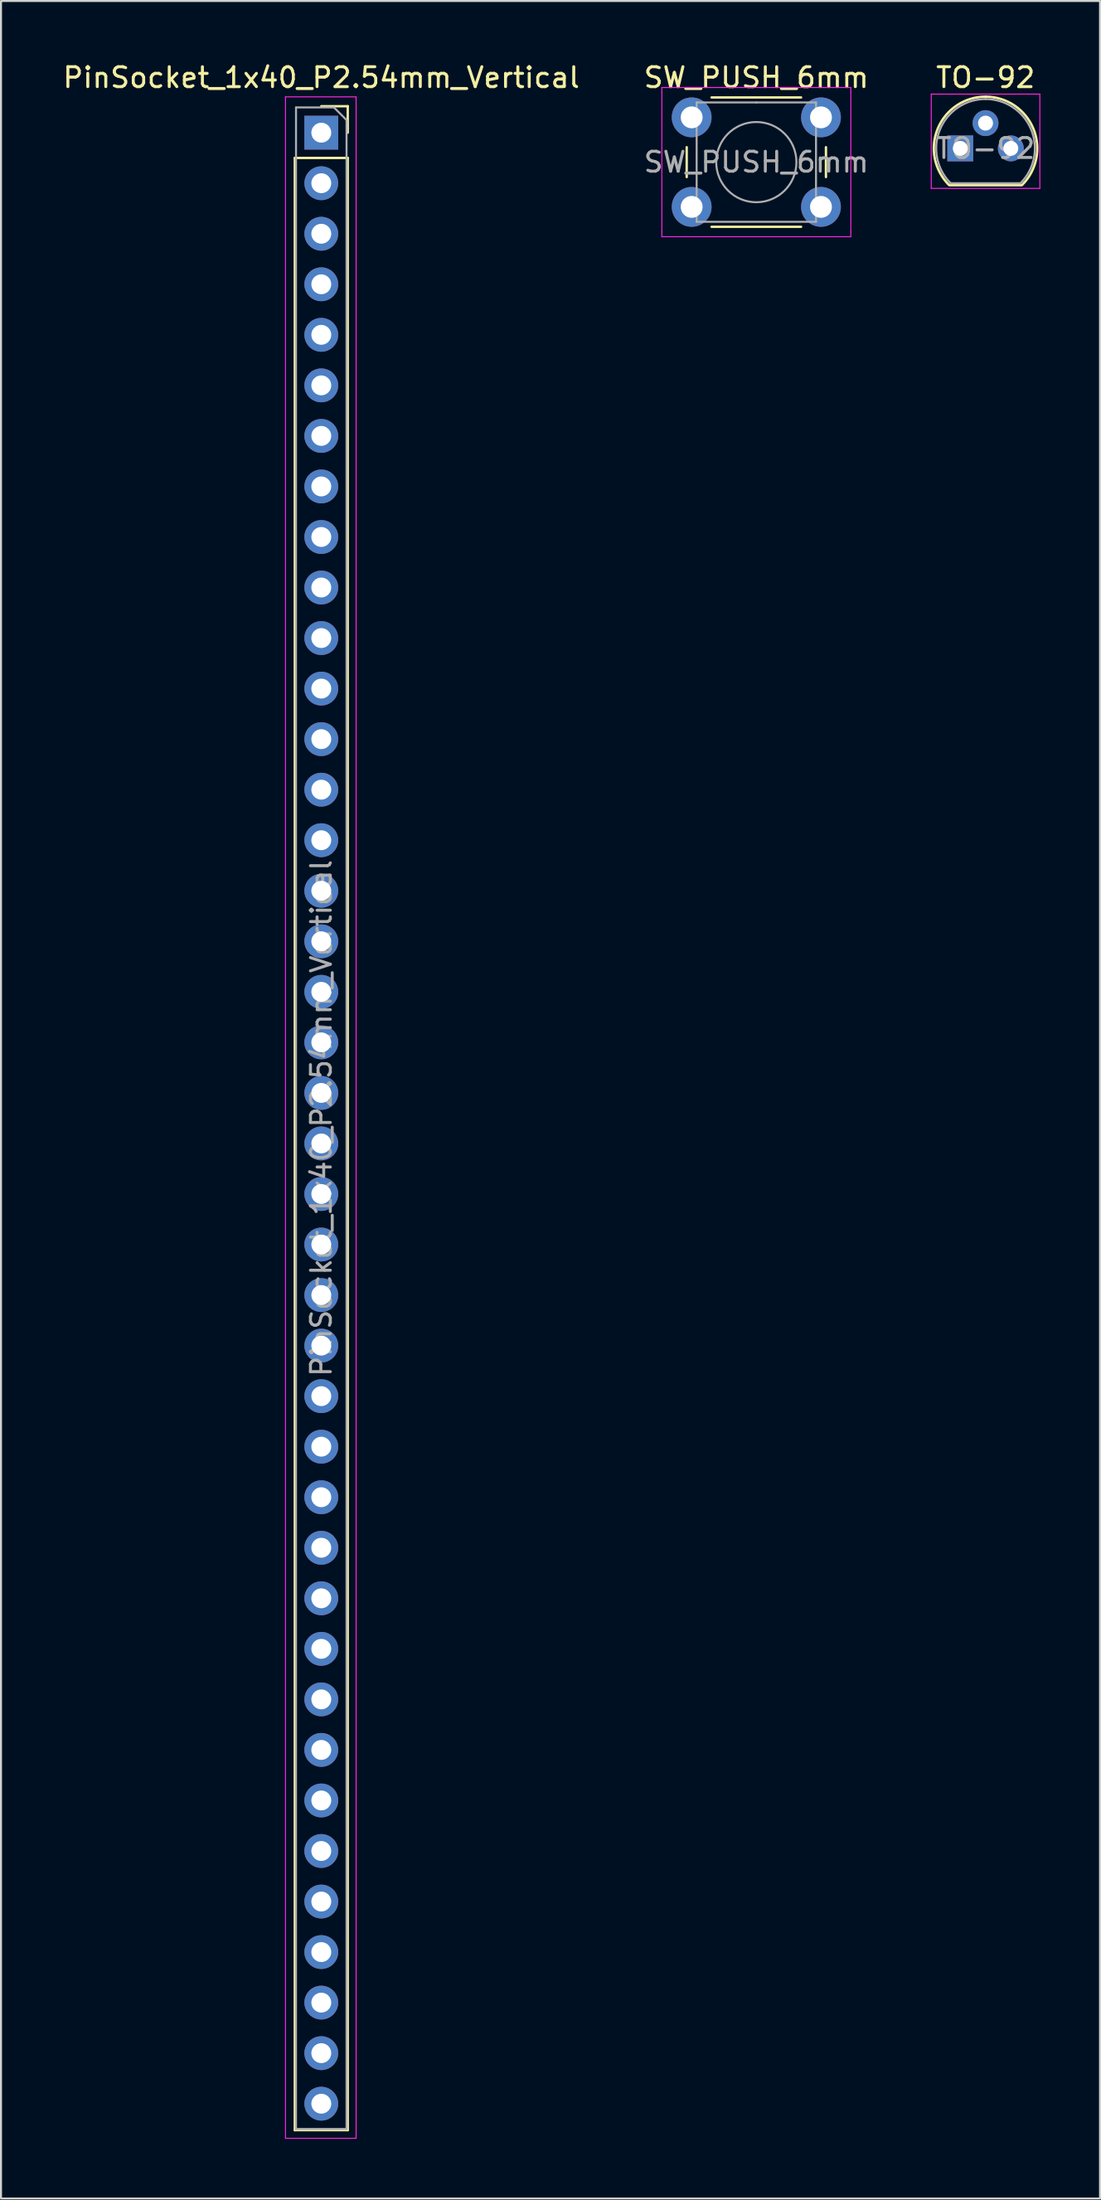
<source format=kicad_pcb>
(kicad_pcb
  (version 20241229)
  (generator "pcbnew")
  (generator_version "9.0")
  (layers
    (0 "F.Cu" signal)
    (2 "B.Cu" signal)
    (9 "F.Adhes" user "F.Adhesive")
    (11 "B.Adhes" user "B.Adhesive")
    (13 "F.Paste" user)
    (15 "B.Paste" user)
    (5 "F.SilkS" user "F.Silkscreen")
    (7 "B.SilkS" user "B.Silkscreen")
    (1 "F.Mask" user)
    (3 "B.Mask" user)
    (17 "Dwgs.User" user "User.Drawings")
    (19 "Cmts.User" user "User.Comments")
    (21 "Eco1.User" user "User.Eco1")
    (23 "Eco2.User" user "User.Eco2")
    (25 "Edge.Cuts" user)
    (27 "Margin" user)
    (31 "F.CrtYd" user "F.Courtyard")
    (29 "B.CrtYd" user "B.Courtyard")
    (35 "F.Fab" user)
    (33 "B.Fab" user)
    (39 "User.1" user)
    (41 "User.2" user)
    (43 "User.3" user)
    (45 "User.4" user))
  (footprint "PinSocket_1x40_P2.54mm_Vertical"
    (layer "F.Cu")
    (at 13.101 3.618)
    (property "Reference" "PinSocket_1x40_P2.54mm_Vertical" (at 0 -2.77 0) (layer "F.SilkS") (effects (font (size 1 1) (thickness 0.15))))
    (attr through_hole)
    (fp_line (start -1.33 1.27) (end -1.33 100.39) (stroke (width 0.12) (type solid)) (layer "F.SilkS"))
    (fp_line (start -1.33 1.27) (end 1.33 1.27) (stroke (width 0.12) (type solid)) (layer "F.SilkS"))
    (fp_line (start -1.33 100.39) (end 1.33 100.39) (stroke (width 0.12) (type solid)) (layer "F.SilkS"))
    (fp_line (start 0 -1.33) (end 1.33 -1.33) (stroke (width 0.12) (type solid)) (layer "F.SilkS"))
    (fp_line (start 1.33 -1.33) (end 1.33 0) (stroke (width 0.12) (type solid)) (layer "F.SilkS"))
    (fp_line (start 1.33 1.27) (end 1.33 100.39) (stroke (width 0.12) (type solid)) (layer "F.SilkS"))
    (fp_line (start -1.8 -1.8) (end 1.75 -1.8) (stroke (width 0.05) (type solid)) (layer "F.CrtYd"))
    (fp_line (start -1.8 100.8) (end -1.8 -1.8) (stroke (width 0.05) (type solid)) (layer "F.CrtYd"))
    (fp_line (start 1.75 -1.8) (end 1.75 100.8) (stroke (width 0.05) (type solid)) (layer "F.CrtYd"))
    (fp_line (start 1.75 100.8) (end -1.8 100.8) (stroke (width 0.05) (type solid)) (layer "F.CrtYd"))
    (fp_line (start -1.27 -1.27) (end 0.635 -1.27) (stroke (width 0.1) (type solid)) (layer "F.Fab"))
    (fp_line (start -1.27 100.33) (end -1.27 -1.27) (stroke (width 0.1) (type solid)) (layer "F.Fab"))
    (fp_line (start 0.635 -1.27) (end 1.27 -0.635) (stroke (width 0.1) (type solid)) (layer "F.Fab"))
    (fp_line (start 1.27 -0.635) (end 1.27 100.33) (stroke (width 0.1) (type solid)) (layer "F.Fab"))
    (fp_line (start 1.27 100.33) (end -1.27 100.33) (stroke (width 0.1) (type solid)) (layer "F.Fab"))
    (fp_text user "${REFERENCE}" (at 0 49.53 90) (layer "F.Fab") (effects (font (size 1 1) (thickness 0.15))))
    (pad "1" thru_hole rect (at 0 0) (size 1.7 1.7) (drill 1) (layers "*.Cu" "*.Mask"))
    (pad "2" thru_hole oval (at 0 2.54) (size 1.7 1.7) (drill 1) (layers "*.Cu" "*.Mask"))
    (pad "3" thru_hole oval (at 0 5.08) (size 1.7 1.7) (drill 1) (layers "*.Cu" "*.Mask"))
    (pad "4" thru_hole oval (at 0 7.62) (size 1.7 1.7) (drill 1) (layers "*.Cu" "*.Mask"))
    (pad "5" thru_hole oval (at 0 10.16) (size 1.7 1.7) (drill 1) (layers "*.Cu" "*.Mask"))
    (pad "6" thru_hole oval (at 0 12.7) (size 1.7 1.7) (drill 1) (layers "*.Cu" "*.Mask"))
    (pad "7" thru_hole oval (at 0 15.24) (size 1.7 1.7) (drill 1) (layers "*.Cu" "*.Mask"))
    (pad "8" thru_hole oval (at 0 17.78) (size 1.7 1.7) (drill 1) (layers "*.Cu" "*.Mask"))
    (pad "9" thru_hole oval (at 0 20.32) (size 1.7 1.7) (drill 1) (layers "*.Cu" "*.Mask"))
    (pad "10" thru_hole oval (at 0 22.86) (size 1.7 1.7) (drill 1) (layers "*.Cu" "*.Mask"))
    (pad "11" thru_hole oval (at 0 25.4) (size 1.7 1.7) (drill 1) (layers "*.Cu" "*.Mask"))
    (pad "12" thru_hole oval (at 0 27.94) (size 1.7 1.7) (drill 1) (layers "*.Cu" "*.Mask"))
    (pad "13" thru_hole oval (at 0 30.48) (size 1.7 1.7) (drill 1) (layers "*.Cu" "*.Mask"))
    (pad "14" thru_hole oval (at 0 33.02) (size 1.7 1.7) (drill 1) (layers "*.Cu" "*.Mask"))
    (pad "15" thru_hole oval (at 0 35.56) (size 1.7 1.7) (drill 1) (layers "*.Cu" "*.Mask"))
    (pad "16" thru_hole oval (at 0 38.1) (size 1.7 1.7) (drill 1) (layers "*.Cu" "*.Mask"))
    (pad "17" thru_hole oval (at 0 40.64) (size 1.7 1.7) (drill 1) (layers "*.Cu" "*.Mask"))
    (pad "18" thru_hole oval (at 0 43.18) (size 1.7 1.7) (drill 1) (layers "*.Cu" "*.Mask"))
    (pad "19" thru_hole oval (at 0 45.72) (size 1.7 1.7) (drill 1) (layers "*.Cu" "*.Mask"))
    (pad "20" thru_hole oval (at 0 48.26) (size 1.7 1.7) (drill 1) (layers "*.Cu" "*.Mask"))
    (pad "21" thru_hole oval (at 0 50.8) (size 1.7 1.7) (drill 1) (layers "*.Cu" "*.Mask"))
    (pad "22" thru_hole oval (at 0 53.34) (size 1.7 1.7) (drill 1) (layers "*.Cu" "*.Mask"))
    (pad "23" thru_hole oval (at 0 55.88) (size 1.7 1.7) (drill 1) (layers "*.Cu" "*.Mask"))
    (pad "24" thru_hole oval (at 0 58.42) (size 1.7 1.7) (drill 1) (layers "*.Cu" "*.Mask"))
    (pad "25" thru_hole oval (at 0 60.96) (size 1.7 1.7) (drill 1) (layers "*.Cu" "*.Mask"))
    (pad "26" thru_hole oval (at 0 63.5) (size 1.7 1.7) (drill 1) (layers "*.Cu" "*.Mask"))
    (pad "27" thru_hole oval (at 0 66.04) (size 1.7 1.7) (drill 1) (layers "*.Cu" "*.Mask"))
    (pad "28" thru_hole oval (at 0 68.58) (size 1.7 1.7) (drill 1) (layers "*.Cu" "*.Mask"))
    (pad "29" thru_hole oval (at 0 71.12) (size 1.7 1.7) (drill 1) (layers "*.Cu" "*.Mask"))
    (pad "30" thru_hole oval (at 0 73.66) (size 1.7 1.7) (drill 1) (layers "*.Cu" "*.Mask"))
    (pad "31" thru_hole oval (at 0 76.2) (size 1.7 1.7) (drill 1) (layers "*.Cu" "*.Mask"))
    (pad "32" thru_hole oval (at 0 78.74) (size 1.7 1.7) (drill 1) (layers "*.Cu" "*.Mask"))
    (pad "33" thru_hole oval (at 0 81.28) (size 1.7 1.7) (drill 1) (layers "*.Cu" "*.Mask"))
    (pad "34" thru_hole oval (at 0 83.82) (size 1.7 1.7) (drill 1) (layers "*.Cu" "*.Mask"))
    (pad "35" thru_hole oval (at 0 86.36) (size 1.7 1.7) (drill 1) (layers "*.Cu" "*.Mask"))
    (pad "36" thru_hole oval (at 0 88.9) (size 1.7 1.7) (drill 1) (layers "*.Cu" "*.Mask"))
    (pad "37" thru_hole oval (at 0 91.44) (size 1.7 1.7) (drill 1) (layers "*.Cu" "*.Mask"))
    (pad "38" thru_hole oval (at 0 93.98) (size 1.7 1.7) (drill 1) (layers "*.Cu" "*.Mask"))
    (pad "39" thru_hole oval (at 0 96.52) (size 1.7 1.7) (drill 1) (layers "*.Cu" "*.Mask"))
    (pad "40" thru_hole oval (at 0 99.06) (size 1.7 1.7) (drill 1) (layers "*.Cu" "*.Mask")))
  (footprint "SW_PUSH_6mm"
    (layer "F.Cu")
    (at 31.72 2.848)
    (property "Reference" "SW_PUSH_6mm" (at 3.25 -2 0) (layer "F.SilkS") (effects (font (size 1 1) (thickness 0.15))))
    (attr through_hole)
    (fp_line (start -0.25 1.5) (end -0.25 3) (stroke (width 0.12) (type solid)) (layer "F.SilkS"))
    (fp_line (start 1 5.5) (end 5.5 5.5) (stroke (width 0.12) (type solid)) (layer "F.SilkS"))
    (fp_line (start 5.5 -1) (end 1 -1) (stroke (width 0.12) (type solid)) (layer "F.SilkS"))
    (fp_line (start 6.75 3) (end 6.75 1.5) (stroke (width 0.12) (type solid)) (layer "F.SilkS"))
    (fp_line (start -1.5 -1.5) (end -1.25 -1.5) (stroke (width 0.05) (type solid)) (layer "F.CrtYd"))
    (fp_line (start -1.5 -1.25) (end -1.5 -1.5) (stroke (width 0.05) (type solid)) (layer "F.CrtYd"))
    (fp_line (start -1.5 5.75) (end -1.5 -1.25) (stroke (width 0.05) (type solid)) (layer "F.CrtYd"))
    (fp_line (start -1.5 5.75) (end -1.5 6) (stroke (width 0.05) (type solid)) (layer "F.CrtYd"))
    (fp_line (start -1.5 6) (end -1.25 6) (stroke (width 0.05) (type solid)) (layer "F.CrtYd"))
    (fp_line (start -1.25 -1.5) (end 7.75 -1.5) (stroke (width 0.05) (type solid)) (layer "F.CrtYd"))
    (fp_line (start 7.75 -1.5) (end 8 -1.5) (stroke (width 0.05) (type solid)) (layer "F.CrtYd"))
    (fp_line (start 7.75 6) (end -1.25 6) (stroke (width 0.05) (type solid)) (layer "F.CrtYd"))
    (fp_line (start 7.75 6) (end 8 6) (stroke (width 0.05) (type solid)) (layer "F.CrtYd"))
    (fp_line (start 8 -1.5) (end 8 -1.25) (stroke (width 0.05) (type solid)) (layer "F.CrtYd"))
    (fp_line (start 8 -1.25) (end 8 5.75) (stroke (width 0.05) (type solid)) (layer "F.CrtYd"))
    (fp_line (start 8 6) (end 8 5.75) (stroke (width 0.05) (type solid)) (layer "F.CrtYd"))
    (fp_line (start 0.25 -0.75) (end 3.25 -0.75) (stroke (width 0.1) (type solid)) (layer "F.Fab"))
    (fp_line (start 0.25 5.25) (end 0.25 -0.75) (stroke (width 0.1) (type solid)) (layer "F.Fab"))
    (fp_line (start 3.25 -0.75) (end 6.25 -0.75) (stroke (width 0.1) (type solid)) (layer "F.Fab"))
    (fp_line (start 6.25 -0.75) (end 6.25 5.25) (stroke (width 0.1) (type solid)) (layer "F.Fab"))
    (fp_line (start 6.25 5.25) (end 0.25 5.25) (stroke (width 0.1) (type solid)) (layer "F.Fab"))
    (fp_circle (center 3.25 2.25) (end 1.25 2.5) (stroke (width 0.1) (type solid)) (fill no) (layer "F.Fab"))
    (fp_text user "${REFERENCE}" (at 3.25 2.25 0) (layer "F.Fab") (effects (font (size 1 1) (thickness 0.15))))
    (pad "1" thru_hole circle (at 0 0 90) (size 2 2) (drill 1.1) (layers "*.Cu" "*.Mask"))
    (pad "1" thru_hole circle (at 6.5 0 90) (size 2 2) (drill 1.1) (layers "*.Cu" "*.Mask"))
    (pad "2" thru_hole circle (at 0 4.5 90) (size 2 2) (drill 1.1) (layers "*.Cu" "*.Mask"))
    (pad "2" thru_hole circle (at 6.5 4.5 90) (size 2 2) (drill 1.1) (layers "*.Cu" "*.Mask")))
  (footprint "TO-92"
    (layer "F.Cu")
    (at 45.223 4.408)
    (property "Reference" "TO-92" (at 1.27 -3.56 180) (layer "F.SilkS") (effects (font (size 1 1) (thickness 0.15))))
    (attr through_hole)
    (fp_line (start -0.53 1.85) (end 3.07 1.85) (stroke (width 0.12) (type solid)) (layer "F.SilkS"))
    (fp_arc (start -0.568478 1.838478) (mid -1.132087 -0.994977) (end 1.27 -2.6) (stroke (width 0.12) (type solid)) (layer "F.SilkS"))
    (fp_arc (start 1.27 -2.6) (mid 3.672087 -0.994977) (end 3.108478 1.838478) (stroke (width 0.12) (type solid)) (layer "F.SilkS"))
    (fp_line (start -1.46 -2.73) (end -1.46 2.01) (stroke (width 0.05) (type solid)) (layer "F.CrtYd"))
    (fp_line (start -1.46 -2.73) (end 4 -2.73) (stroke (width 0.05) (type solid)) (layer "F.CrtYd"))
    (fp_line (start 4 2.01) (end -1.46 2.01) (stroke (width 0.05) (type solid)) (layer "F.CrtYd"))
    (fp_line (start 4 2.01) (end 4 -2.73) (stroke (width 0.05) (type solid)) (layer "F.CrtYd"))
    (fp_line (start -0.5 1.75) (end 3 1.75) (stroke (width 0.1) (type solid)) (layer "F.Fab"))
    (fp_arc (start -0.483625 1.753625) (mid -1.021221 -0.949055) (end 1.27 -2.48) (stroke (width 0.1) (type solid)) (layer "F.Fab"))
    (fp_arc (start 1.27 -2.48) (mid 3.561221 -0.949055) (end 3.023625 1.753625) (stroke (width 0.1) (type solid)) (layer "F.Fab"))
    (fp_text user "${REFERENCE}" (at 1.27 0 180) (layer "F.Fab") (effects (font (size 1 1) (thickness 0.15))))
    (pad "1" thru_hole rect (at 0 0) (size 1.3 1.3) (drill 0.75) (layers "*.Cu" "*.Mask"))
    (pad "2" thru_hole circle (at 1.27 -1.27) (size 1.3 1.3) (drill 0.75) (layers "*.Cu" "*.Mask"))
    (pad "3" thru_hole circle (at 2.54 0) (size 1.3 1.3) (drill 0.75) (layers "*.Cu" "*.Mask")))
  (gr_rect
    (start -3 -3)
    (end 52.248 107.443)
    (stroke (width 0.1) (type default))
    (fill no)
    (layer "Edge.Cuts")))
</source>
